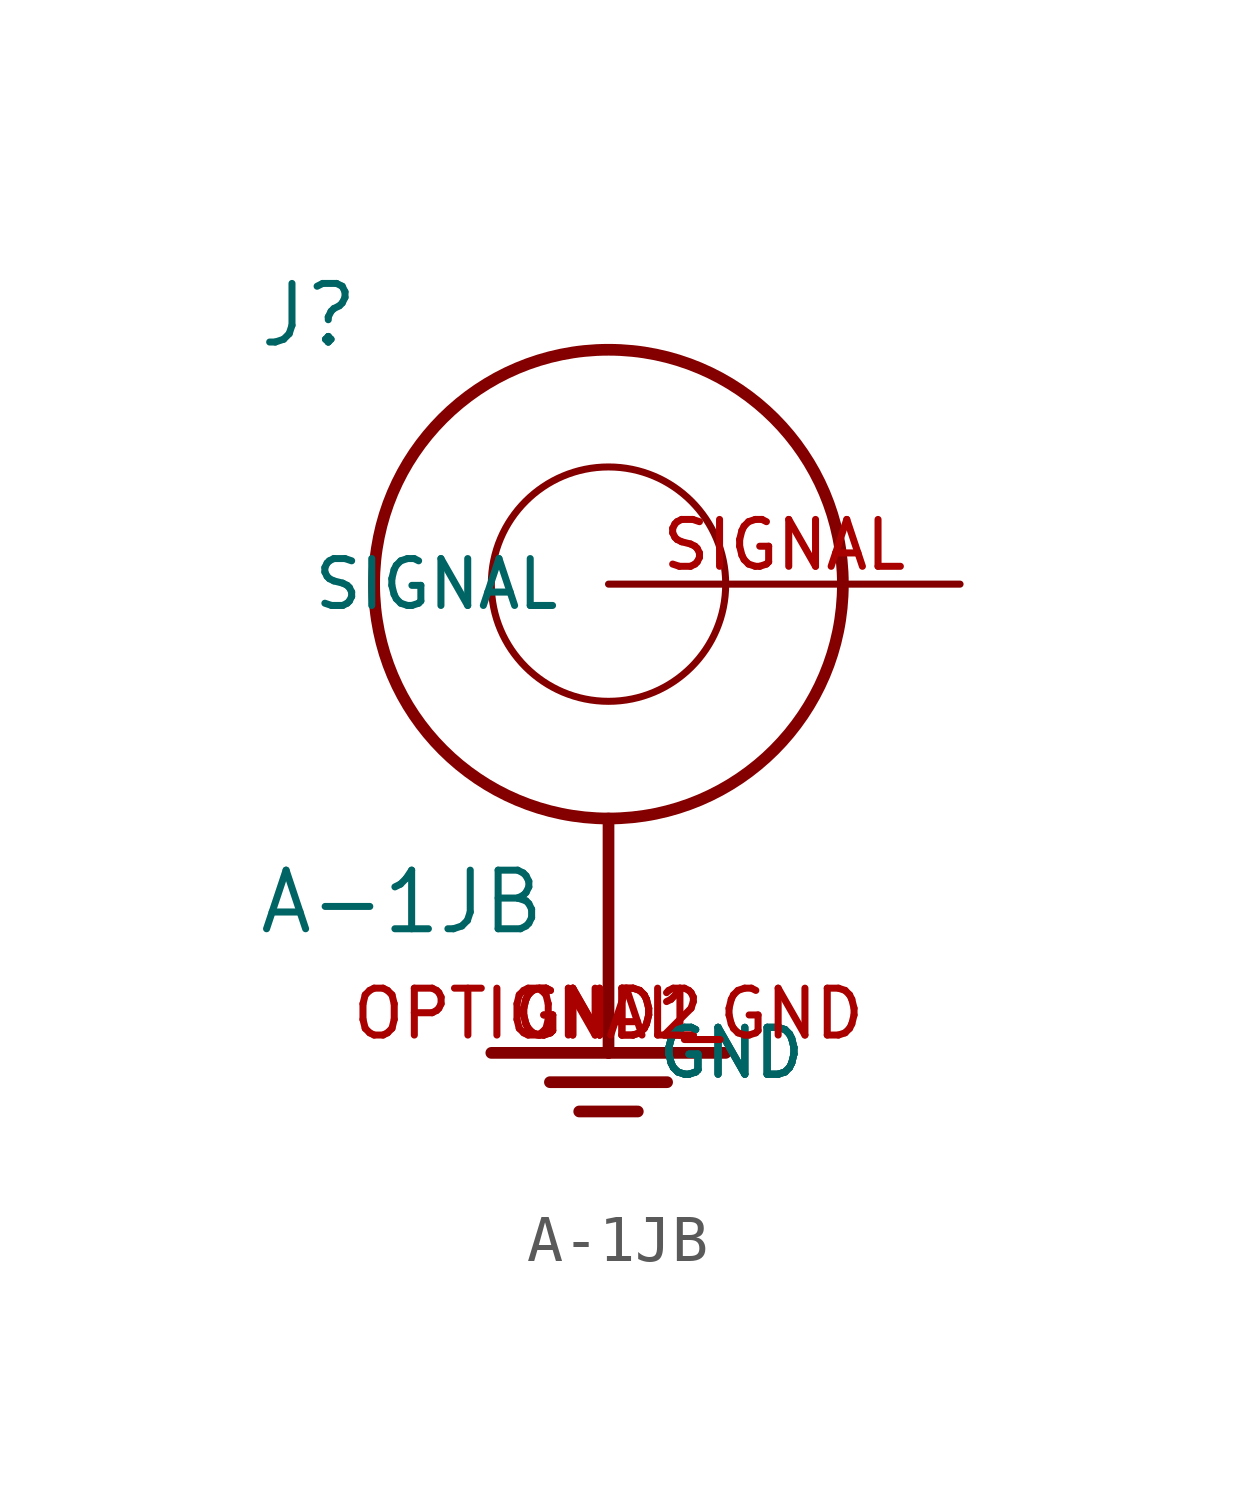
<source format=kicad_sym>
(kicad_symbol_lib
  (version 20211014)
  (generator kicad_symbol_editor)
  (symbol "A-1JB"
    (pin_names
      (offset 1.016))
    (property "Reference" "J"
      (at -7.626 5.084 0)
      (effects (font (size 1.27 1.27)) (justify bottom left)))
    (property "Value" "A-1JB"
      (at -7.633 -7.633 0)
      (effects (font (size 1.27 1.27)) (justify bottom left)))
    (symbol "A-1JB_0_0"
      (circle (center 0.0 0.0) (radius 5.08) (stroke (width 0.254)) (fill (type none)))
      (circle (center 0.0 0.0) (radius 2.54) (stroke (width 0.0)) (fill (type none)))
      (polyline (pts (xy 0.0 -5.08) (xy 0.0 -10.16)) (stroke (width 0.254)))
      (polyline (pts (xy 0.0 -10.16) (xy -2.54 -10.16)) (stroke (width 0.254)))
      (polyline (pts (xy 0.0 -10.16) (xy 2.54 -10.16)) (stroke (width 0.254)))
      (polyline (pts (xy -0.635 -11.43) (xy 0.635 -11.43)) (stroke (width 0.254)))
      (polyline (pts (xy -1.27 -10.795) (xy 1.27 -10.795)) (stroke (width 0.254)))
      (pin passive line (at 7.62 0.0 180.0) (length 7.62) (name "SIGNAL" (effects (font (size 1.016 1.016)))) (number "SIGNAL" (effects (font (size 1.016 1.016)))))
      (pin passive line (at 0.0 -10.16 0) (length 0) (name "GND" (effects (font (size 1.016 1.016)))) (number "GND1" (effects (font (size 1.016 1.016)))))
      (pin passive line (at 0.0 -10.16 0) (length 0) (name "GND" (effects (font (size 1.016 1.016)))) (number "GND2" (effects (font (size 1.016 1.016)))))
      (pin passive line (at 0.0 -10.16 0) (length 0) (name "GND" (effects (font (size 1.016 1.016)))) (number "OPTIONAL_GND" (effects (font (size 1.016 1.016))))))))
</source>
